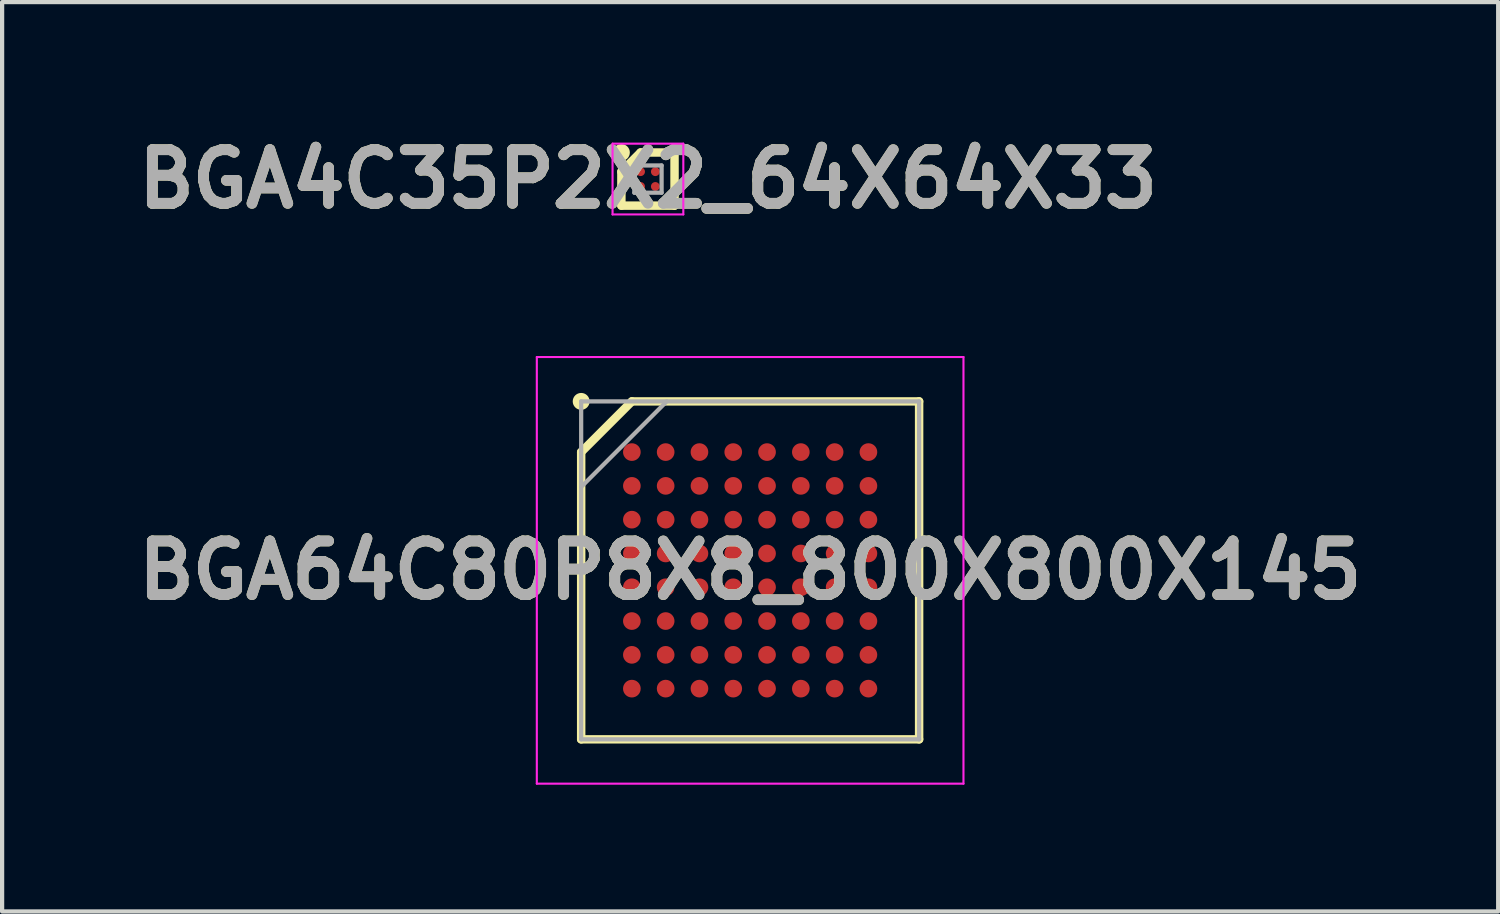
<source format=kicad_pcb>
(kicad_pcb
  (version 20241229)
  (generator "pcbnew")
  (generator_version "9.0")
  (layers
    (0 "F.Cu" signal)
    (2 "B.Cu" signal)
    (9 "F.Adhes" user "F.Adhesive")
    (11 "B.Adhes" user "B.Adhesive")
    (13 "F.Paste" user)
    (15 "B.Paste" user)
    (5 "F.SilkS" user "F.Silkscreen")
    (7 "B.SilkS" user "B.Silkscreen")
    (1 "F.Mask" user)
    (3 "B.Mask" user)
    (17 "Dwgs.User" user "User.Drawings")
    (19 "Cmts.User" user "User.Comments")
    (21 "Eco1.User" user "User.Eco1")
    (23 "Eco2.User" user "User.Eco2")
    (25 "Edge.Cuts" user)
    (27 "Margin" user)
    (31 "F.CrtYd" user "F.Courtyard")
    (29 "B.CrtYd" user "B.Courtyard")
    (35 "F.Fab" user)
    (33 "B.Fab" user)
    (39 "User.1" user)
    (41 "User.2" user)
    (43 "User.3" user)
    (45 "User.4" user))
  (footprint "BGA4C35P2X2_64X64X33"
    (layer "F.Cu")
    (at 12.289 1.189)
    (property "Reference" "BGA4C35P2X2_64X64X33" (at 0 0 0) (layer "F.SilkS") (effects (font (size 1.27 1.27) (thickness 0.254))))
    (attr smd)
    (fp_line (start -0.629 -0.175) (end -0.175 -0.629) (stroke (width 0.2) (type solid)) (layer "F.SilkS"))
    (fp_line (start -0.629 0.629) (end -0.629 -0.175) (stroke (width 0.2) (type solid)) (layer "F.SilkS"))
    (fp_line (start -0.175 -0.629) (end 0.629 -0.629) (stroke (width 0.2) (type solid)) (layer "F.SilkS"))
    (fp_line (start 0.629 -0.629) (end 0.629 0.629) (stroke (width 0.2) (type solid)) (layer "F.SilkS"))
    (fp_line (start 0.629 0.629) (end -0.629 0.629) (stroke (width 0.2) (type solid)) (layer "F.SilkS"))
    (fp_circle (center -0.629 -0.629) (end -0.629 -0.529) (stroke (width 0.2) (type solid)) (fill no) (layer "F.SilkS"))
    (fp_line (start -0.838 -0.838) (end 0.837 -0.838) (stroke (width 0.05) (type solid)) (layer "F.CrtYd"))
    (fp_line (start -0.838 0.837) (end -0.838 -0.838) (stroke (width 0.05) (type solid)) (layer "F.CrtYd"))
    (fp_line (start 0.837 -0.838) (end 0.837 0.837) (stroke (width 0.05) (type solid)) (layer "F.CrtYd"))
    (fp_line (start 0.837 0.837) (end -0.838 0.837) (stroke (width 0.05) (type solid)) (layer "F.CrtYd"))
    (fp_line (start -0.322 -0.322) (end 0.323 -0.322) (stroke (width 0.1) (type solid)) (layer "F.Fab"))
    (fp_line (start -0.322 -0.154) (end -0.153 -0.323) (stroke (width 0.1) (type solid)) (layer "F.Fab"))
    (fp_line (start -0.322 0.323) (end -0.322 -0.322) (stroke (width 0.1) (type solid)) (layer "F.Fab"))
    (fp_line (start 0.323 -0.322) (end 0.323 0.323) (stroke (width 0.1) (type solid)) (layer "F.Fab"))
    (fp_line (start 0.323 0.323) (end -0.322 0.323) (stroke (width 0.1) (type solid)) (layer "F.Fab"))
    (fp_text user "${REFERENCE}" (at 0 0 0) (layer "F.Fab") (effects (font (size 1.27 1.27) (thickness 0.254))))
    (pad "A1" smd circle (at -0.175 -0.175 90) (size 0.208 0.208) (layers "F.Cu" "F.Mask" "F.Paste"))
    (pad "A2" smd circle (at 0.175 -0.175 90) (size 0.208 0.208) (layers "F.Cu" "F.Mask" "F.Paste"))
    (pad "B1" smd circle (at -0.175 0.175 90) (size 0.208 0.208) (layers "F.Cu" "F.Mask" "F.Paste"))
    (pad "B2" smd circle (at 0.175 0.175 90) (size 0.208 0.208) (layers "F.Cu" "F.Mask" "F.Paste")))
  (footprint "BGA64C80P8X8_800X800X145"
    (layer "F.Cu")
    (at 14.708 10.452)
    (property "Reference" "BGA64C80P8X8_800X800X145" (at 0 0 0) (layer "F.SilkS") (effects (font (size 1.27 1.27) (thickness 0.254))))
    (attr smd)
    (fp_line (start -4 -2.8) (end -2.8 -4) (stroke (width 0.2) (type solid)) (layer "F.SilkS"))
    (fp_line (start -4 4) (end -4 -2.8) (stroke (width 0.2) (type solid)) (layer "F.SilkS"))
    (fp_line (start -2.8 -4) (end 4 -4) (stroke (width 0.2) (type solid)) (layer "F.SilkS"))
    (fp_line (start 4 -4) (end 4 4) (stroke (width 0.2) (type solid)) (layer "F.SilkS"))
    (fp_line (start 4 4) (end -4 4) (stroke (width 0.2) (type solid)) (layer "F.SilkS"))
    (fp_circle (center -4 -4) (end -4 -3.9) (stroke (width 0.2) (type solid)) (fill no) (layer "F.SilkS"))
    (fp_line (start -5.05 -5.05) (end 5.05 -5.05) (stroke (width 0.05) (type solid)) (layer "F.CrtYd"))
    (fp_line (start -5.05 5.05) (end -5.05 -5.05) (stroke (width 0.05) (type solid)) (layer "F.CrtYd"))
    (fp_line (start 5.05 -5.05) (end 5.05 5.05) (stroke (width 0.05) (type solid)) (layer "F.CrtYd"))
    (fp_line (start 5.05 5.05) (end -5.05 5.05) (stroke (width 0.05) (type solid)) (layer "F.CrtYd"))
    (fp_line (start -4 -4) (end 4 -4) (stroke (width 0.1) (type solid)) (layer "F.Fab"))
    (fp_line (start -4 -1.975) (end -1.975 -4) (stroke (width 0.1) (type solid)) (layer "F.Fab"))
    (fp_line (start -4 4) (end -4 -4) (stroke (width 0.1) (type solid)) (layer "F.Fab"))
    (fp_line (start 4 -4) (end 4 4) (stroke (width 0.1) (type solid)) (layer "F.Fab"))
    (fp_line (start 4 4) (end -4 4) (stroke (width 0.1) (type solid)) (layer "F.Fab"))
    (fp_text user "${REFERENCE}" (at 0 0 0) (layer "F.Fab") (effects (font (size 1.27 1.27) (thickness 0.254))))
    (pad "A1" smd circle (at -2.8 -2.8 90) (size 0.418 0.418) (layers "F.Cu" "F.Mask" "F.Paste"))
    (pad "A2" smd circle (at -2 -2.8 90) (size 0.418 0.418) (layers "F.Cu" "F.Mask" "F.Paste"))
    (pad "A3" smd circle (at -1.2 -2.8 90) (size 0.418 0.418) (layers "F.Cu" "F.Mask" "F.Paste"))
    (pad "A4" smd circle (at -0.4 -2.8 90) (size 0.418 0.418) (layers "F.Cu" "F.Mask" "F.Paste"))
    (pad "A5" smd circle (at 0.4 -2.8 90) (size 0.418 0.418) (layers "F.Cu" "F.Mask" "F.Paste"))
    (pad "A6" smd circle (at 1.2 -2.8 90) (size 0.418 0.418) (layers "F.Cu" "F.Mask" "F.Paste"))
    (pad "A7" smd circle (at 2 -2.8 90) (size 0.418 0.418) (layers "F.Cu" "F.Mask" "F.Paste"))
    (pad "A8" smd circle (at 2.8 -2.8 90) (size 0.418 0.418) (layers "F.Cu" "F.Mask" "F.Paste"))
    (pad "B1" smd circle (at -2.8 -2 90) (size 0.418 0.418) (layers "F.Cu" "F.Mask" "F.Paste"))
    (pad "B2" smd circle (at -2 -2 90) (size 0.418 0.418) (layers "F.Cu" "F.Mask" "F.Paste"))
    (pad "B3" smd circle (at -1.2 -2 90) (size 0.418 0.418) (layers "F.Cu" "F.Mask" "F.Paste"))
    (pad "B4" smd circle (at -0.4 -2 90) (size 0.418 0.418) (layers "F.Cu" "F.Mask" "F.Paste"))
    (pad "B5" smd circle (at 0.4 -2 90) (size 0.418 0.418) (layers "F.Cu" "F.Mask" "F.Paste"))
    (pad "B6" smd circle (at 1.2 -2 90) (size 0.418 0.418) (layers "F.Cu" "F.Mask" "F.Paste"))
    (pad "B7" smd circle (at 2 -2 90) (size 0.418 0.418) (layers "F.Cu" "F.Mask" "F.Paste"))
    (pad "B8" smd circle (at 2.8 -2 90) (size 0.418 0.418) (layers "F.Cu" "F.Mask" "F.Paste"))
    (pad "C1" smd circle (at -2.8 -1.2 90) (size 0.418 0.418) (layers "F.Cu" "F.Mask" "F.Paste"))
    (pad "C2" smd circle (at -2 -1.2 90) (size 0.418 0.418) (layers "F.Cu" "F.Mask" "F.Paste"))
    (pad "C3" smd circle (at -1.2 -1.2 90) (size 0.418 0.418) (layers "F.Cu" "F.Mask" "F.Paste"))
    (pad "C4" smd circle (at -0.4 -1.2 90) (size 0.418 0.418) (layers "F.Cu" "F.Mask" "F.Paste"))
    (pad "C5" smd circle (at 0.4 -1.2 90) (size 0.418 0.418) (layers "F.Cu" "F.Mask" "F.Paste"))
    (pad "C6" smd circle (at 1.2 -1.2 90) (size 0.418 0.418) (layers "F.Cu" "F.Mask" "F.Paste"))
    (pad "C7" smd circle (at 2 -1.2 90) (size 0.418 0.418) (layers "F.Cu" "F.Mask" "F.Paste"))
    (pad "C8" smd circle (at 2.8 -1.2 90) (size 0.418 0.418) (layers "F.Cu" "F.Mask" "F.Paste"))
    (pad "D1" smd circle (at -2.8 -0.4 90) (size 0.418 0.418) (layers "F.Cu" "F.Mask" "F.Paste"))
    (pad "D2" smd circle (at -2 -0.4 90) (size 0.418 0.418) (layers "F.Cu" "F.Mask" "F.Paste"))
    (pad "D3" smd circle (at -1.2 -0.4 90) (size 0.418 0.418) (layers "F.Cu" "F.Mask" "F.Paste"))
    (pad "D4" smd circle (at -0.4 -0.4 90) (size 0.418 0.418) (layers "F.Cu" "F.Mask" "F.Paste"))
    (pad "D5" smd circle (at 0.4 -0.4 90) (size 0.418 0.418) (layers "F.Cu" "F.Mask" "F.Paste"))
    (pad "D6" smd circle (at 1.2 -0.4 90) (size 0.418 0.418) (layers "F.Cu" "F.Mask" "F.Paste"))
    (pad "D7" smd circle (at 2 -0.4 90) (size 0.418 0.418) (layers "F.Cu" "F.Mask" "F.Paste"))
    (pad "D8" smd circle (at 2.8 -0.4 90) (size 0.418 0.418) (layers "F.Cu" "F.Mask" "F.Paste"))
    (pad "E1" smd circle (at -2.8 0.4 90) (size 0.418 0.418) (layers "F.Cu" "F.Mask" "F.Paste"))
    (pad "E2" smd circle (at -2 0.4 90) (size 0.418 0.418) (layers "F.Cu" "F.Mask" "F.Paste"))
    (pad "E3" smd circle (at -1.2 0.4 90) (size 0.418 0.418) (layers "F.Cu" "F.Mask" "F.Paste"))
    (pad "E4" smd circle (at -0.4 0.4 90) (size 0.418 0.418) (layers "F.Cu" "F.Mask" "F.Paste"))
    (pad "E5" smd circle (at 0.4 0.4 90) (size 0.418 0.418) (layers "F.Cu" "F.Mask" "F.Paste"))
    (pad "E6" smd circle (at 1.2 0.4 90) (size 0.418 0.418) (layers "F.Cu" "F.Mask" "F.Paste"))
    (pad "E7" smd circle (at 2 0.4 90) (size 0.418 0.418) (layers "F.Cu" "F.Mask" "F.Paste"))
    (pad "E8" smd circle (at 2.8 0.4 90) (size 0.418 0.418) (layers "F.Cu" "F.Mask" "F.Paste"))
    (pad "F1" smd circle (at -2.8 1.2 90) (size 0.418 0.418) (layers "F.Cu" "F.Mask" "F.Paste"))
    (pad "F2" smd circle (at -2 1.2 90) (size 0.418 0.418) (layers "F.Cu" "F.Mask" "F.Paste"))
    (pad "F3" smd circle (at -1.2 1.2 90) (size 0.418 0.418) (layers "F.Cu" "F.Mask" "F.Paste"))
    (pad "F4" smd circle (at -0.4 1.2 90) (size 0.418 0.418) (layers "F.Cu" "F.Mask" "F.Paste"))
    (pad "F5" smd circle (at 0.4 1.2 90) (size 0.418 0.418) (layers "F.Cu" "F.Mask" "F.Paste"))
    (pad "F6" smd circle (at 1.2 1.2 90) (size 0.418 0.418) (layers "F.Cu" "F.Mask" "F.Paste"))
    (pad "F7" smd circle (at 2 1.2 90) (size 0.418 0.418) (layers "F.Cu" "F.Mask" "F.Paste"))
    (pad "F8" smd circle (at 2.8 1.2 90) (size 0.418 0.418) (layers "F.Cu" "F.Mask" "F.Paste"))
    (pad "G1" smd circle (at -2.8 2 90) (size 0.418 0.418) (layers "F.Cu" "F.Mask" "F.Paste"))
    (pad "G2" smd circle (at -2 2 90) (size 0.418 0.418) (layers "F.Cu" "F.Mask" "F.Paste"))
    (pad "G3" smd circle (at -1.2 2 90) (size 0.418 0.418) (layers "F.Cu" "F.Mask" "F.Paste"))
    (pad "G4" smd circle (at -0.4 2 90) (size 0.418 0.418) (layers "F.Cu" "F.Mask" "F.Paste"))
    (pad "G5" smd circle (at 0.4 2 90) (size 0.418 0.418) (layers "F.Cu" "F.Mask" "F.Paste"))
    (pad "G6" smd circle (at 1.2 2 90) (size 0.418 0.418) (layers "F.Cu" "F.Mask" "F.Paste"))
    (pad "G7" smd circle (at 2 2 90) (size 0.418 0.418) (layers "F.Cu" "F.Mask" "F.Paste"))
    (pad "G8" smd circle (at 2.8 2 90) (size 0.418 0.418) (layers "F.Cu" "F.Mask" "F.Paste"))
    (pad "H1" smd circle (at -2.8 2.8 90) (size 0.418 0.418) (layers "F.Cu" "F.Mask" "F.Paste"))
    (pad "H2" smd circle (at -2 2.8 90) (size 0.418 0.418) (layers "F.Cu" "F.Mask" "F.Paste"))
    (pad "H3" smd circle (at -1.2 2.8 90) (size 0.418 0.418) (layers "F.Cu" "F.Mask" "F.Paste"))
    (pad "H4" smd circle (at -0.4 2.8 90) (size 0.418 0.418) (layers "F.Cu" "F.Mask" "F.Paste"))
    (pad "H5" smd circle (at 0.4 2.8 90) (size 0.418 0.418) (layers "F.Cu" "F.Mask" "F.Paste"))
    (pad "H6" smd circle (at 1.2 2.8 90) (size 0.418 0.418) (layers "F.Cu" "F.Mask" "F.Paste"))
    (pad "H7" smd circle (at 2 2.8 90) (size 0.418 0.418) (layers "F.Cu" "F.Mask" "F.Paste"))
    (pad "H8" smd circle (at 2.8 2.8 90) (size 0.418 0.418) (layers "F.Cu" "F.Mask" "F.Paste")))
  (gr_rect
    (start -3 -3)
    (end 32.416 18.527)
    (stroke (width 0.1) (type default))
    (fill no)
    (layer "Edge.Cuts")))
</source>
